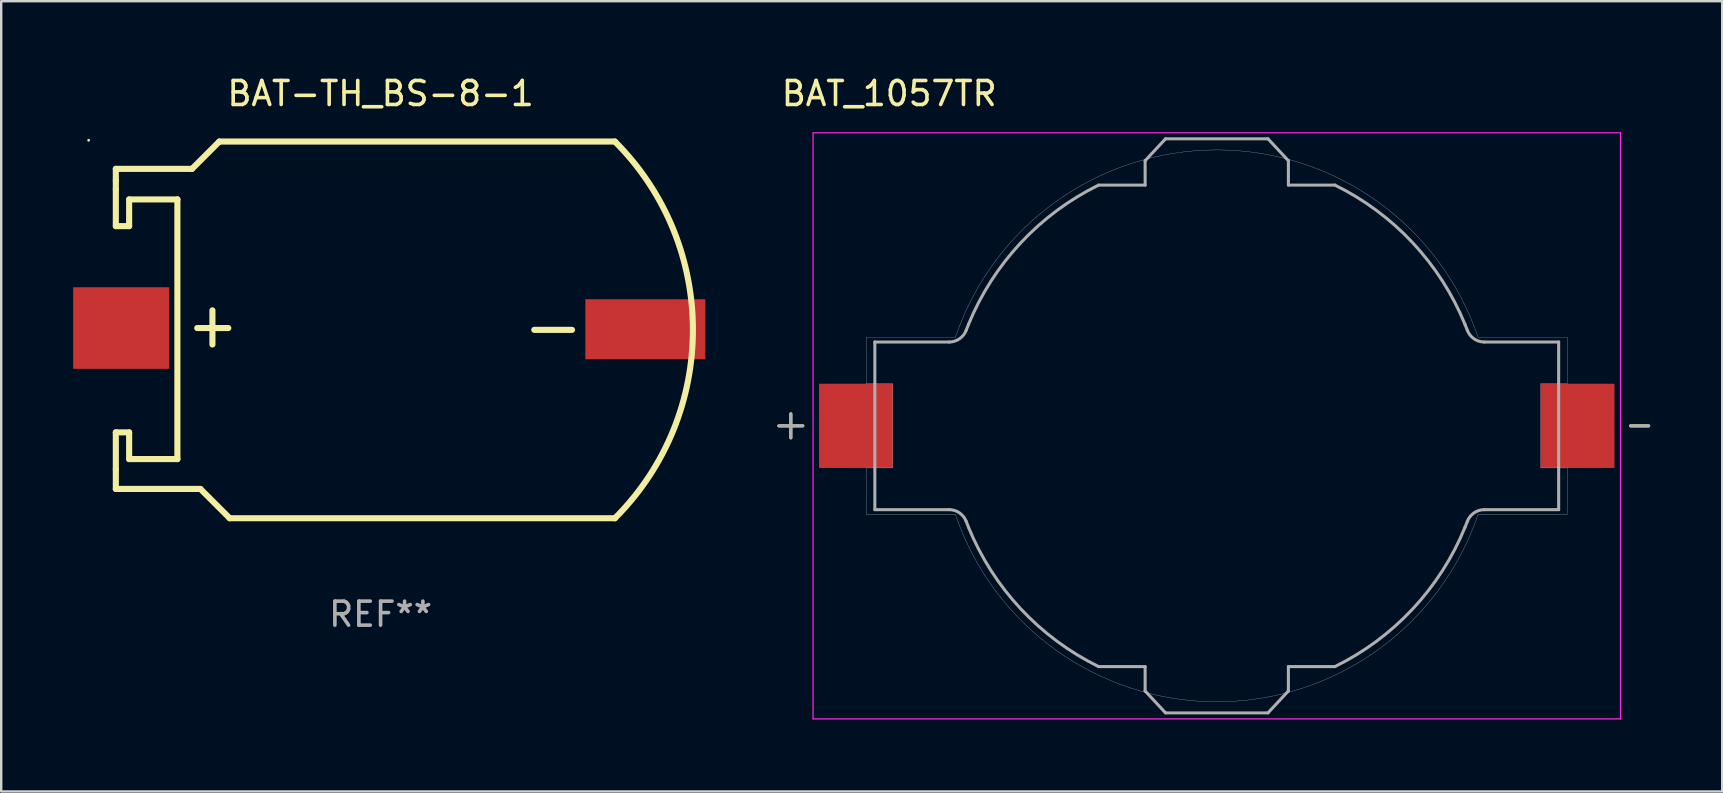
<source format=kicad_pcb>
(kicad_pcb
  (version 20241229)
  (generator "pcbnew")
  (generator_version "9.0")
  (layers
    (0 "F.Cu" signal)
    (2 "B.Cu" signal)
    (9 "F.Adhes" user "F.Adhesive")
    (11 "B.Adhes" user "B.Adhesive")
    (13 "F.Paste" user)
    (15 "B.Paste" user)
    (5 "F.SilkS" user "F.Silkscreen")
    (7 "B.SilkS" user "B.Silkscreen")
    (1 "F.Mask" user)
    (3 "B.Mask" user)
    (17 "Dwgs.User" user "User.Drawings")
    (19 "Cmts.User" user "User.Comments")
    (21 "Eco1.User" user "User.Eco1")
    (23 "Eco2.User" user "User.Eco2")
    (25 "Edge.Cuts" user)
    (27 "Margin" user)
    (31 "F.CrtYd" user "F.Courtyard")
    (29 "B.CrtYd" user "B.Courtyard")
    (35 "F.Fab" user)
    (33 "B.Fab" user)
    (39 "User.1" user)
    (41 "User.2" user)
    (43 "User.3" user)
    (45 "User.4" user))
  (footprint "BAT_1057TR"
    (layer "F.Cu")
    (at 47.658 14.697)
    (property "Reference" "BAT_1057TR" (at -13.65 -13.848 0) (layer "F.SilkS") (effects (font (size 1 1) (thickness 0.15))))
    (attr smd)
    (fp_line (start -17.75 -0.5) (end -17.75 0.5) (stroke (width 0.127) (type solid)) (layer "F.SilkS"))
    (fp_line (start -17.25 0) (end -18.25 0) (stroke (width 0.127) (type solid)) (layer "F.SilkS"))
    (fp_line (start 17.25 0) (end 18 0) (stroke (width 0.127) (type solid)) (layer "F.SilkS"))
    (fp_line (start -14.605 -3.685) (end -10.894 -3.685) (stroke (width 0.01) (type solid)) (layer "Edge.Cuts"))
    (fp_line (start -14.605 -1.755) (end -14.605 -3.685) (stroke (width 0.01) (type solid)) (layer "Edge.Cuts"))
    (fp_line (start -14.605 1.755) (end -13.5 1.755) (stroke (width 0.01) (type solid)) (layer "Edge.Cuts"))
    (fp_line (start -14.605 3.685) (end -14.605 1.755) (stroke (width 0.01) (type solid)) (layer "Edge.Cuts"))
    (fp_line (start -13.5 -1.755) (end -14.605 -1.755) (stroke (width 0.01) (type solid)) (layer "Edge.Cuts"))
    (fp_line (start -13.5 1.755) (end -13.5 -1.755) (stroke (width 0.01) (type solid)) (layer "Edge.Cuts"))
    (fp_line (start -10.894 3.685) (end -14.605 3.685) (stroke (width 0.01) (type solid)) (layer "Edge.Cuts"))
    (fp_line (start 10.894 -3.685) (end 14.605 -3.685) (stroke (width 0.01) (type solid)) (layer "Edge.Cuts"))
    (fp_line (start 13.5 -1.755) (end 13.5 1.755) (stroke (width 0.01) (type solid)) (layer "Edge.Cuts"))
    (fp_line (start 13.5 1.755) (end 14.605 1.755) (stroke (width 0.01) (type solid)) (layer "Edge.Cuts"))
    (fp_line (start 14.605 -3.685) (end 14.605 -1.755) (stroke (width 0.01) (type solid)) (layer "Edge.Cuts"))
    (fp_line (start 14.605 -1.755) (end 13.5 -1.755) (stroke (width 0.01) (type solid)) (layer "Edge.Cuts"))
    (fp_line (start 14.605 1.755) (end 14.605 3.685) (stroke (width 0.01) (type solid)) (layer "Edge.Cuts"))
    (fp_line (start 14.605 3.685) (end 10.894 3.685) (stroke (width 0.01) (type solid)) (layer "Edge.Cuts"))
    (fp_arc (start -10.8936 -3.685) (mid 0 -11.49988) (end 10.8936 -3.685) (stroke (width 0.01) (type solid)) (layer "Edge.Cuts"))
    (fp_arc (start 10.8936 3.685) (mid 0 11.49988) (end -10.8936 3.685) (stroke (width 0.01) (type solid)) (layer "Edge.Cuts"))
    (fp_line (start -16.825 -12.213) (end -16.825 12.213) (stroke (width 0.05) (type solid)) (layer "F.CrtYd"))
    (fp_line (start -16.825 12.213) (end 16.825 12.213) (stroke (width 0.05) (type solid)) (layer "F.CrtYd"))
    (fp_line (start 16.825 -12.213) (end -16.825 -12.213) (stroke (width 0.05) (type solid)) (layer "F.CrtYd"))
    (fp_line (start 16.825 12.213) (end 16.825 -12.213) (stroke (width 0.05) (type solid)) (layer "F.CrtYd"))
    (fp_line (start -18.25 0) (end -17.25 0) (stroke (width 0.127) (type solid)) (layer "F.Fab"))
    (fp_line (start -17.75 -0.5) (end -17.75 0.5) (stroke (width 0.127) (type solid)) (layer "F.Fab"))
    (fp_line (start -14.249 -3.493) (end -11.154 -3.493) (stroke (width 0.127) (type solid)) (layer "F.Fab"))
    (fp_line (start -14.249 3.493) (end -14.249 -3.493) (stroke (width 0.127) (type solid)) (layer "F.Fab"))
    (fp_line (start -14.249 3.493) (end -11.154 3.493) (stroke (width 0.127) (type solid)) (layer "F.Fab"))
    (fp_line (start -4.924 -10.033) (end -2.985 -10.033) (stroke (width 0.127) (type solid)) (layer "F.Fab"))
    (fp_line (start -2.985 -11.049) (end -2.134 -11.963) (stroke (width 0.127) (type solid)) (layer "F.Fab"))
    (fp_line (start -2.985 -10.033) (end -2.985 -11.049) (stroke (width 0.127) (type solid)) (layer "F.Fab"))
    (fp_line (start -2.985 10.033) (end -4.924 10.033) (stroke (width 0.127) (type solid)) (layer "F.Fab"))
    (fp_line (start -2.985 11.049) (end -2.985 10.033) (stroke (width 0.127) (type solid)) (layer "F.Fab"))
    (fp_line (start -2.134 -11.963) (end 2.134 -11.963) (stroke (width 0.127) (type solid)) (layer "F.Fab"))
    (fp_line (start -2.134 11.963) (end -2.985 11.049) (stroke (width 0.127) (type solid)) (layer "F.Fab"))
    (fp_line (start 2.134 -11.963) (end 2.985 -11.049) (stroke (width 0.127) (type solid)) (layer "F.Fab"))
    (fp_line (start 2.134 11.963) (end -2.134 11.963) (stroke (width 0.127) (type solid)) (layer "F.Fab"))
    (fp_line (start 2.985 -11.049) (end 2.985 -10.033) (stroke (width 0.127) (type solid)) (layer "F.Fab"))
    (fp_line (start 2.985 -10.033) (end 4.924 -10.033) (stroke (width 0.127) (type solid)) (layer "F.Fab"))
    (fp_line (start 2.985 10.033) (end 2.985 11.049) (stroke (width 0.127) (type solid)) (layer "F.Fab"))
    (fp_line (start 2.985 11.049) (end 2.134 11.963) (stroke (width 0.127) (type solid)) (layer "F.Fab"))
    (fp_line (start 4.924 10.033) (end 2.985 10.033) (stroke (width 0.127) (type solid)) (layer "F.Fab"))
    (fp_line (start 11.154 -3.493) (end 14.249 -3.493) (stroke (width 0.127) (type solid)) (layer "F.Fab"))
    (fp_line (start 11.154 3.493) (end 14.249 3.493) (stroke (width 0.127) (type solid)) (layer "F.Fab"))
    (fp_line (start 14.249 3.493) (end 14.249 -3.493) (stroke (width 0.127) (type solid)) (layer "F.Fab"))
    (fp_line (start 17.25 0) (end 18 0) (stroke (width 0.127) (type solid)) (layer "F.Fab"))
    (fp_arc (start -11.1541 3.4925) (mid -10.721864 3.626987) (end -10.4422 3.98294) (stroke (width 0.127) (type solid)) (layer "F.Fab"))
    (fp_arc (start -10.4422 -3.98294) (mid -10.721864 -3.626987) (end -11.1541 -3.4925) (stroke (width 0.127) (type solid)) (layer "F.Fab"))
    (fp_arc (start -10.4422 -3.98294) (mid -10.394279 -4.106308) (end -10.3449 -4.2291) (stroke (width 0.127) (type solid)) (layer "F.Fab"))
    (fp_arc (start -10.3449 -4.2291) (mid -8.167199 -7.628861) (end -4.92361 -10.033) (stroke (width 0.127) (type solid)) (layer "F.Fab"))
    (fp_arc (start -10.3449 4.2291) (mid -10.394279 4.106308) (end -10.4422 3.98294) (stroke (width 0.127) (type solid)) (layer "F.Fab"))
    (fp_arc (start -4.92361 10.033) (mid -8.167199 7.628861) (end -10.3449 4.2291) (stroke (width 0.127) (type solid)) (layer "F.Fab"))
    (fp_arc (start 4.92361 -10.033) (mid 8.167199 -7.628861) (end 10.3449 -4.2291) (stroke (width 0.127) (type solid)) (layer "F.Fab"))
    (fp_arc (start 10.3449 -4.2291) (mid 10.394279 -4.106308) (end 10.4422 -3.98294) (stroke (width 0.127) (type solid)) (layer "F.Fab"))
    (fp_arc (start 10.3449 4.2291) (mid 8.167199 7.628861) (end 4.92361 10.033) (stroke (width 0.127) (type solid)) (layer "F.Fab"))
    (fp_arc (start 10.4422 3.98294) (mid 10.394279 4.106308) (end 10.3449 4.2291) (stroke (width 0.127) (type solid)) (layer "F.Fab"))
    (fp_arc (start 10.4422 3.98294) (mid 10.721864 3.626987) (end 11.1541 3.4925) (stroke (width 0.127) (type solid)) (layer "F.Fab"))
    (fp_arc (start 11.1541 -3.4925) (mid 10.721864 -3.626987) (end 10.4422 -3.98294) (stroke (width 0.127) (type solid)) (layer "F.Fab"))
    (pad "N" smd rect (at 15.037 0) (size 3.075 3.51) (layers "F.Cu" "F.Mask" "F.Paste"))
    (pad "P" smd rect (at -15.037 0) (size 3.075 3.51) (layers "F.Cu" "F.Mask" "F.Paste")))
  (footprint "BAT-TH_BS-8-1"
    (layer "F.Cu")
    (at 12.922 10.646)
    (property "Reference" "BAT-TH_BS-8-1" (at -0.111 -9.798 0) (layer "F.SilkS") (effects (font (size 1 1) (thickness 0.15))))
    (attr smd)
    (fp_line (start -11.145 -6.659) (end -7.97 -6.659) (stroke (width 0.254) (type solid)) (layer "F.SilkS"))
    (fp_line (start -11.145 -6.177) (end -11.145 -6.659) (stroke (width 0.254) (type solid)) (layer "F.SilkS"))
    (fp_line (start -11.145 -5.812) (end -11.145 -6.177) (stroke (width 0.254) (type solid)) (layer "F.SilkS"))
    (fp_line (start -11.145 -4.272) (end -11.145 -5.812) (stroke (width 0.254) (type solid)) (layer "F.SilkS"))
    (fp_line (start -11.145 4.323) (end -10.59 4.323) (stroke (width 0.254) (type solid)) (layer "F.SilkS"))
    (fp_line (start -11.145 5.863) (end -11.145 4.323) (stroke (width 0.254) (type solid)) (layer "F.SilkS"))
    (fp_line (start -11.145 6.68) (end -11.145 5.863) (stroke (width 0.254) (type solid)) (layer "F.SilkS"))
    (fp_line (start -10.59 -5.385) (end -10.59 -4.272) (stroke (width 0.254) (type solid)) (layer "F.SilkS"))
    (fp_line (start -10.59 -4.272) (end -11.145 -4.272) (stroke (width 0.254) (type solid)) (layer "F.SilkS"))
    (fp_line (start -10.59 4.323) (end -10.59 5.436) (stroke (width 0.254) (type solid)) (layer "F.SilkS"))
    (fp_line (start -10.59 5.436) (end -8.579 5.436) (stroke (width 0.254) (type solid)) (layer "F.SilkS"))
    (fp_line (start -8.579 -5.385) (end -10.59 -5.385) (stroke (width 0.254) (type solid)) (layer "F.SilkS"))
    (fp_line (start -8.579 5.436) (end -8.579 -5.385) (stroke (width 0.254) (type solid)) (layer "F.SilkS"))
    (fp_line (start -7.97 -6.659) (end -6.831 -7.798) (stroke (width 0.254) (type solid)) (layer "F.SilkS"))
    (fp_line (start -7.754 -0.025) (end -6.458 -0.025) (stroke (width 0.254) (type solid)) (layer "F.SilkS"))
    (fp_line (start -7.621 6.68) (end -11.145 6.68) (stroke (width 0.254) (type solid)) (layer "F.SilkS"))
    (fp_line (start -7.119 0.66) (end -7.119 -0.762) (stroke (width 0.254) (type solid)) (layer "F.SilkS"))
    (fp_line (start -6.831 -7.798) (end 9.653 -7.798) (stroke (width 0.254) (type solid)) (layer "F.SilkS"))
    (fp_line (start -6.399 7.902) (end -7.621 6.68) (stroke (width 0.254) (type solid)) (layer "F.SilkS"))
    (fp_line (start 6.293 0.051) (end 7.867 0.051) (stroke (width 0.254) (type solid)) (layer "F.SilkS"))
    (fp_line (start 9.653 7.902) (end -6.399 7.902) (stroke (width 0.254) (type solid)) (layer "F.SilkS"))
    (fp_arc (start 9.653366 -7.797816) (mid 12.904819 0.05207) (end 9.653366 7.901956) (stroke (width 0.254001) (type solid)) (layer "F.SilkS"))
    (fp_circle (center -12.278 -7.85) (end -12.248 -7.85) (stroke (width 0.06) (type solid)) (fill no) (layer "F.SilkS"))
    (fp_text user "REF**" (at -0.111 11.902 0) (layer "F.Fab") (effects (font (size 1 1) (thickness 0.15))))
    (pad "1" smd rect (at -10.922 -0.025) (size 4 3.4) (layers "F.Cu" "F.Mask" "F.Paste"))
    (pad "2" smd rect (at 10.922 0.025) (size 5 2.5) (layers "F.Cu" "F.Mask" "F.Paste")))
  (gr_rect
    (start -3 -3)
    (end 68.722 29.935)
    (stroke (width 0.1) (type default))
    (fill no)
    (layer "Edge.Cuts")))
</source>
